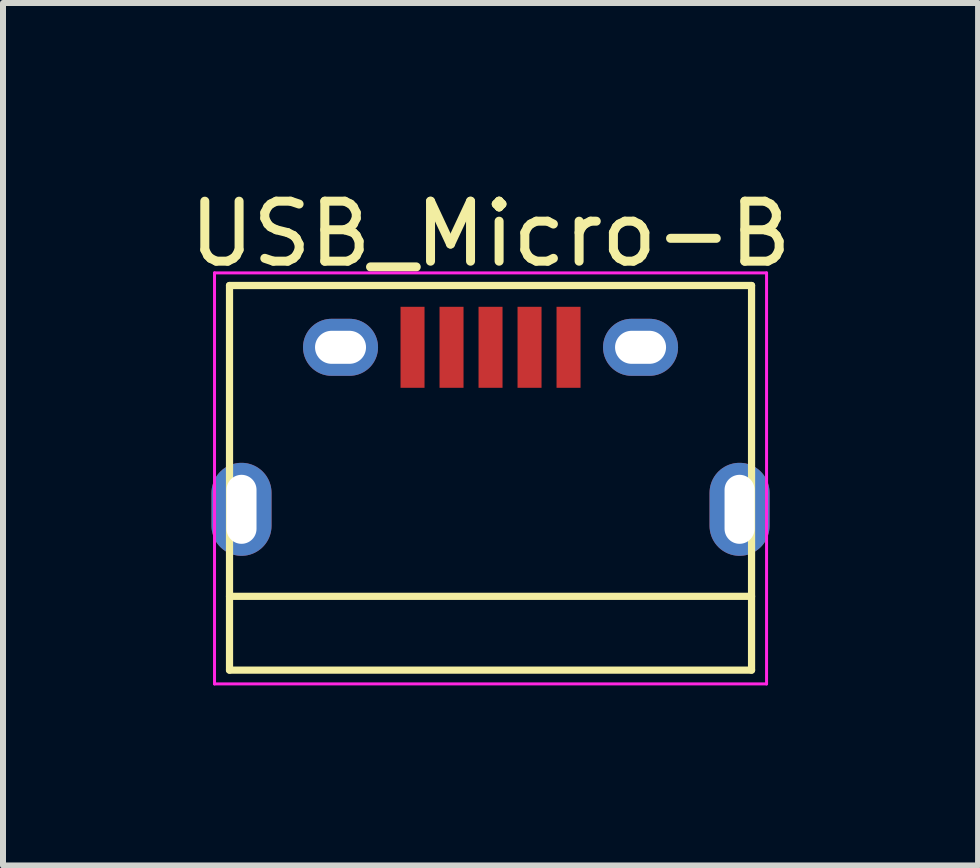
<source format=kicad_pcb>
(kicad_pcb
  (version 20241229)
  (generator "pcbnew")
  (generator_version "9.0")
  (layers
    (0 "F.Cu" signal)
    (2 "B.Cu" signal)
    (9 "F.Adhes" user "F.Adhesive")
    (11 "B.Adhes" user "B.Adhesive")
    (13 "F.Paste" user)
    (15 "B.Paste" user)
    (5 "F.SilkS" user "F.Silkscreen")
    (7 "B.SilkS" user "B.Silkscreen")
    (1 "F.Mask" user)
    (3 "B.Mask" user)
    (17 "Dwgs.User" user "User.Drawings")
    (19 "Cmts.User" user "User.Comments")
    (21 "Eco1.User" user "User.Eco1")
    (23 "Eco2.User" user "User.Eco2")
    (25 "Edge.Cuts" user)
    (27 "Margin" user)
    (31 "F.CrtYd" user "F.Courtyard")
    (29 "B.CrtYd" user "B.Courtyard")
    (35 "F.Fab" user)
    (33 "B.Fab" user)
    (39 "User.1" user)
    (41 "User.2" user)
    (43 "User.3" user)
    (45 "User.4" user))
  (footprint "USB_Micro-B"
    (layer "F.Cu")
    (at 5.125 4.088)
    (property "Reference" "USB_Micro-B" (at 0 -3.24 0) (layer "F.SilkS") (effects (font (size 1 1) (thickness 0.15))))
    (attr smd)
    (fp_line (start -4.35 -2.38) (end 4.35 -2.38) (stroke (width 0.12) (type solid)) (layer "F.SilkS"))
    (fp_line (start -4.35 4.03) (end -4.35 -2.38) (stroke (width 0.12) (type solid)) (layer "F.SilkS"))
    (fp_line (start -4.35 4.03) (end 4.35 4.03) (stroke (width 0.12) (type solid)) (layer "F.SilkS"))
    (fp_line (start 4.35 -2.38) (end 4.35 4.03) (stroke (width 0.12) (type solid)) (layer "F.SilkS"))
    (fp_line (start 4.35 2.8) (end -4.35 2.8) (stroke (width 0.12) (type solid)) (layer "F.SilkS"))
    (fp_line (start -4.6 -2.59) (end 4.6 -2.59) (stroke (width 0.05) (type solid)) (layer "F.CrtYd"))
    (fp_line (start -4.6 4.26) (end -4.6 -2.59) (stroke (width 0.05) (type solid)) (layer "F.CrtYd"))
    (fp_line (start 4.6 -2.59) (end 4.6 4.26) (stroke (width 0.05) (type solid)) (layer "F.CrtYd"))
    (fp_line (start 4.6 4.26) (end -4.6 4.26) (stroke (width 0.05) (type solid)) (layer "F.CrtYd"))
    (pad "1" smd rect (at -1.3 -1.35 90) (size 1.35 0.4) (layers "F.Cu" "F.Mask" "F.Paste"))
    (pad "2" smd rect (at -0.65 -1.35 90) (size 1.35 0.4) (layers "F.Cu" "F.Mask" "F.Paste"))
    (pad "3" smd rect (at 0 -1.35 90) (size 1.35 0.4) (layers "F.Cu" "F.Mask" "F.Paste"))
    (pad "4" smd rect (at 0.65 -1.35 90) (size 1.35 0.4) (layers "F.Cu" "F.Mask" "F.Paste"))
    (pad "5" smd rect (at 1.3 -1.35 90) (size 1.35 0.4) (layers "F.Cu" "F.Mask" "F.Paste"))
    (pad "6" thru_hole oval (at -4.15 1.35 90) (size 1.55 1) (drill oval 1.15 0.5) (layers "*.Cu" "*.Mask"))
    (pad "6" thru_hole oval (at -2.5 -1.35 90) (size 0.95 1.25) (drill oval 0.55 0.85) (layers "*.Cu" "*.Mask"))
    (pad "6" thru_hole oval (at 2.5 -1.35 90) (size 0.95 1.25) (drill oval 0.55 0.85) (layers "*.Cu" "*.Mask"))
    (pad "6" thru_hole oval (at 4.15 1.35 90) (size 1.55 1) (drill oval 1.15 0.5) (layers "*.Cu" "*.Mask")))
  (gr_rect
    (start -3 -3)
    (end 13.25 11.373)
    (stroke (width 0.1) (type default))
    (fill no)
    (layer "Edge.Cuts")))
</source>
